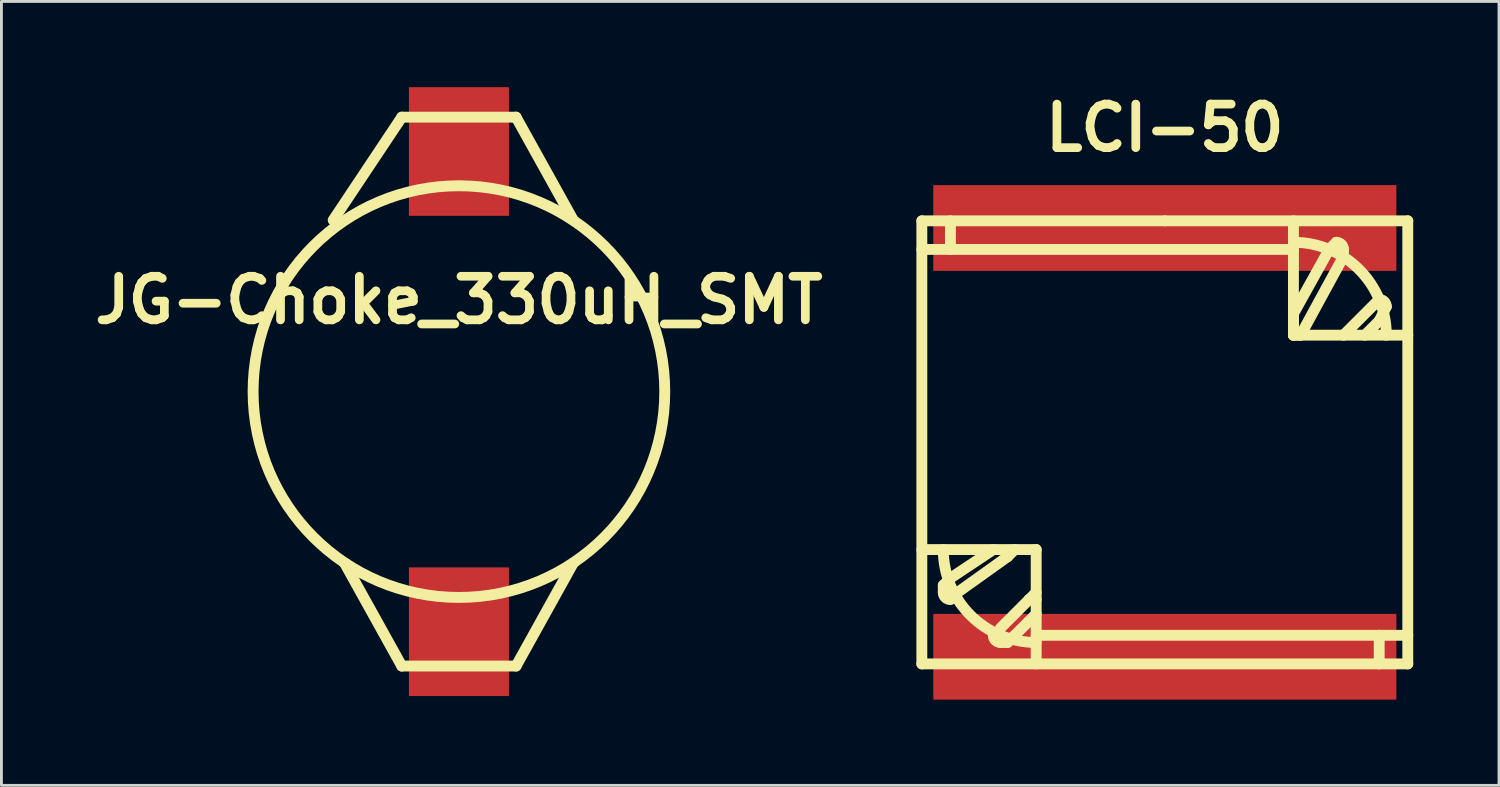
<source format=kicad_pcb>
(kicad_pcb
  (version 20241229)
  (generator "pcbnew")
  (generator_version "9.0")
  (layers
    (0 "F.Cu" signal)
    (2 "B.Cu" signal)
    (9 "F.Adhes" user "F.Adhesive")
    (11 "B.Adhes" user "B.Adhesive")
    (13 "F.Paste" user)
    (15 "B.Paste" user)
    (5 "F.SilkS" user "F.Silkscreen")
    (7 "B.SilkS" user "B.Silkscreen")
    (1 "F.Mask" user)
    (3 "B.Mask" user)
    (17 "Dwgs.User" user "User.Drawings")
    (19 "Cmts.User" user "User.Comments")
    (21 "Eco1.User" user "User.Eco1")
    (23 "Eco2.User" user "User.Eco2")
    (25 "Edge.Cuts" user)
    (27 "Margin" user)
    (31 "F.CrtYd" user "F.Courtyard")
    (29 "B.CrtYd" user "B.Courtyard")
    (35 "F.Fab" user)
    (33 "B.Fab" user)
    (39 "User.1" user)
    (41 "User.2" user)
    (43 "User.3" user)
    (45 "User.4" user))
  (footprint "JG-Choke_330uH_SMT"
    (layer "F.Cu")
    (at 13.005 10.65)
    (property "Reference" "JG-Choke_330uH_SMT" (at 0 -3.2 0) (layer "F.SilkS") (effects (font (size 1.524 1.524) (thickness 0.305))))
    (attr through_hole)
    (fp_line (start -4.399 -5.999) (end -1.999 -9.601) (stroke (width 0.381) (type solid)) (layer "F.SilkS"))
    (fp_line (start -4 5.999) (end -1.999 9.601) (stroke (width 0.381) (type solid)) (layer "F.SilkS"))
    (fp_line (start -1.999 -9.601) (end 1.999 -9.601) (stroke (width 0.381) (type solid)) (layer "F.SilkS"))
    (fp_line (start -1.999 9.601) (end 1.999 9.601) (stroke (width 0.381) (type solid)) (layer "F.SilkS"))
    (fp_line (start 1.999 -9.601) (end 4 -5.999) (stroke (width 0.381) (type solid)) (layer "F.SilkS"))
    (fp_line (start 1.999 9.601) (end 4 5.999) (stroke (width 0.381) (type solid)) (layer "F.SilkS"))
    (fp_circle (center 0 0) (end 7.201 0) (stroke (width 0.381) (type solid)) (fill no) (layer "F.SilkS"))
    (pad "1" smd rect (at 0 -8.4) (size 3.5 4.501) (layers "F.Cu" "F.Mask" "F.Paste"))
    (pad "2" smd rect (at 0 8.4) (size 3.5 4.501) (layers "F.Cu" "F.Mask" "F.Paste")))
  (footprint "LCI-50"
    (layer "F.Cu")
    (at 37.7 12.426)
    (property "Reference" "LCI-50" (at 0 -11 0) (layer "F.SilkS") (effects (font (size 1.524 1.524) (thickness 0.305))))
    (attr through_hole)
    (fp_line (start -8.5 -7.75) (end -8.5 7.75) (stroke (width 0.381) (type solid)) (layer "F.SilkS"))
    (fp_line (start -8.5 -6.75) (end -7.5 -6.75) (stroke (width 0.381) (type solid)) (layer "F.SilkS"))
    (fp_line (start -8.5 7.75) (end 8.5 7.75) (stroke (width 0.381) (type solid)) (layer "F.SilkS"))
    (fp_line (start -7.75 5) (end -7.75 5.25) (stroke (width 0.381) (type solid)) (layer "F.SilkS"))
    (fp_line (start -7.5 -6.75) (end -7.5 -7.75) (stroke (width 0.381) (type solid)) (layer "F.SilkS"))
    (fp_line (start -7.5 -6.75) (end 4.5 -6.75) (stroke (width 0.381) (type solid)) (layer "F.SilkS"))
    (fp_line (start -7.5 4.75) (end -7.75 5) (stroke (width 0.381) (type solid)) (layer "F.SilkS"))
    (fp_line (start -7.5 4.75) (end -6 3.75) (stroke (width 0.381) (type solid)) (layer "F.SilkS"))
    (fp_line (start -7.25 5.25) (end -5.5 4) (stroke (width 0.381) (type solid)) (layer "F.SilkS"))
    (fp_line (start -5.75 6.5) (end -4.75 5.5) (stroke (width 0.381) (type solid)) (layer "F.SilkS"))
    (fp_line (start -5.5 4) (end -5.25 3.75) (stroke (width 0.381) (type solid)) (layer "F.SilkS"))
    (fp_line (start -5.5 7) (end -5.75 7) (stroke (width 0.381) (type solid)) (layer "F.SilkS"))
    (fp_line (start -5.25 6.75) (end -5.5 7) (stroke (width 0.381) (type solid)) (layer "F.SilkS"))
    (fp_line (start -4.75 5.5) (end -4.5 5.25) (stroke (width 0.381) (type solid)) (layer "F.SilkS"))
    (fp_line (start -4.75 5.5) (end -4.5 5.5) (stroke (width 0.381) (type solid)) (layer "F.SilkS"))
    (fp_line (start -4.5 3.75) (end -8.5 3.75) (stroke (width 0.381) (type solid)) (layer "F.SilkS"))
    (fp_line (start -4.5 6) (end -5.25 6.75) (stroke (width 0.381) (type solid)) (layer "F.SilkS"))
    (fp_line (start -4.5 7.75) (end -4.5 3.75) (stroke (width 0.381) (type solid)) (layer "F.SilkS"))
    (fp_line (start 0 -7.75) (end -8.5 -7.75) (stroke (width 0.381) (type solid)) (layer "F.SilkS"))
    (fp_line (start 4.5 -7.75) (end 4.5 -3.75) (stroke (width 0.381) (type solid)) (layer "F.SilkS"))
    (fp_line (start 4.5 -4.5) (end 4.5 -4) (stroke (width 0.381) (type solid)) (layer "F.SilkS"))
    (fp_line (start 4.5 -4) (end 4.5 -3.75) (stroke (width 0.381) (type solid)) (layer "F.SilkS"))
    (fp_line (start 4.5 -3.75) (end 4.75 -3.75) (stroke (width 0.381) (type solid)) (layer "F.SilkS"))
    (fp_line (start 4.5 -3.75) (end 8.5 -3.75) (stroke (width 0.381) (type solid)) (layer "F.SilkS"))
    (fp_line (start 4.75 -3.75) (end 6.25 -6.5) (stroke (width 0.381) (type solid)) (layer "F.SilkS"))
    (fp_line (start 5.75 -6.75) (end 4.5 -4.5) (stroke (width 0.381) (type solid)) (layer "F.SilkS"))
    (fp_line (start 5.75 -6.75) (end 6 -7) (stroke (width 0.381) (type solid)) (layer "F.SilkS"))
    (fp_line (start 6.25 -6.75) (end 6.25 -6.5) (stroke (width 0.381) (type solid)) (layer "F.SilkS"))
    (fp_line (start 6.25 -3.75) (end 7.5 -5) (stroke (width 0.381) (type solid)) (layer "F.SilkS"))
    (fp_line (start 7 -3.75) (end 7.5 -4.25) (stroke (width 0.381) (type solid)) (layer "F.SilkS"))
    (fp_line (start 7.5 -4.25) (end 7.75 -4.75) (stroke (width 0.381) (type solid)) (layer "F.SilkS"))
    (fp_line (start 7.5 6.75) (end -4.5 6.75) (stroke (width 0.381) (type solid)) (layer "F.SilkS"))
    (fp_line (start 7.5 6.75) (end 7.5 7.75) (stroke (width 0.381) (type solid)) (layer "F.SilkS"))
    (fp_line (start 8.5 -7.75) (end 0 -7.75) (stroke (width 0.381) (type solid)) (layer "F.SilkS"))
    (fp_line (start 8.5 6.75) (end 7.5 6.75) (stroke (width 0.381) (type solid)) (layer "F.SilkS"))
    (fp_line (start 8.5 7.75) (end 8.5 -7.75) (stroke (width 0.381) (type solid)) (layer "F.SilkS"))
    (fp_arc (start -7.5 5.5) (mid -7.676777 5.426777) (end -7.75 5.25) (stroke (width 0.381) (type solid)) (layer "F.SilkS"))
    (fp_arc (start -5.75 7) (mid -5.926777 6.926777) (end -6 6.75) (stroke (width 0.381) (type solid)) (layer "F.SilkS"))
    (fp_arc (start -4.5 7) (mid -6.798097 6.048097) (end -7.75 3.75) (stroke (width 0.381) (type solid)) (layer "F.SilkS"))
    (fp_arc (start 4.5 -7) (mid 6.798097 -6.048097) (end 7.75 -3.75) (stroke (width 0.381) (type solid)) (layer "F.SilkS"))
    (fp_arc (start 6 -7) (mid 6.176777 -6.926777) (end 6.25 -6.75) (stroke (width 0.381) (type solid)) (layer "F.SilkS"))
    (fp_arc (start 7.5 -5) (mid 7.676777 -4.926777) (end 7.75 -4.75) (stroke (width 0.381) (type solid)) (layer "F.SilkS"))
    (pad "1" smd rect (at 0 -7.5) (size 16.2 3) (layers "F.Cu" "F.Mask" "F.Paste"))
    (pad "2" smd rect (at 0 7.5) (size 16.2 3) (layers "F.Cu" "F.Mask" "F.Paste")))
  (gr_rect
    (start -3 -3)
    (end 49.391 24.426)
    (stroke (width 0.1) (type default))
    (fill no)
    (layer "Edge.Cuts")))
</source>
